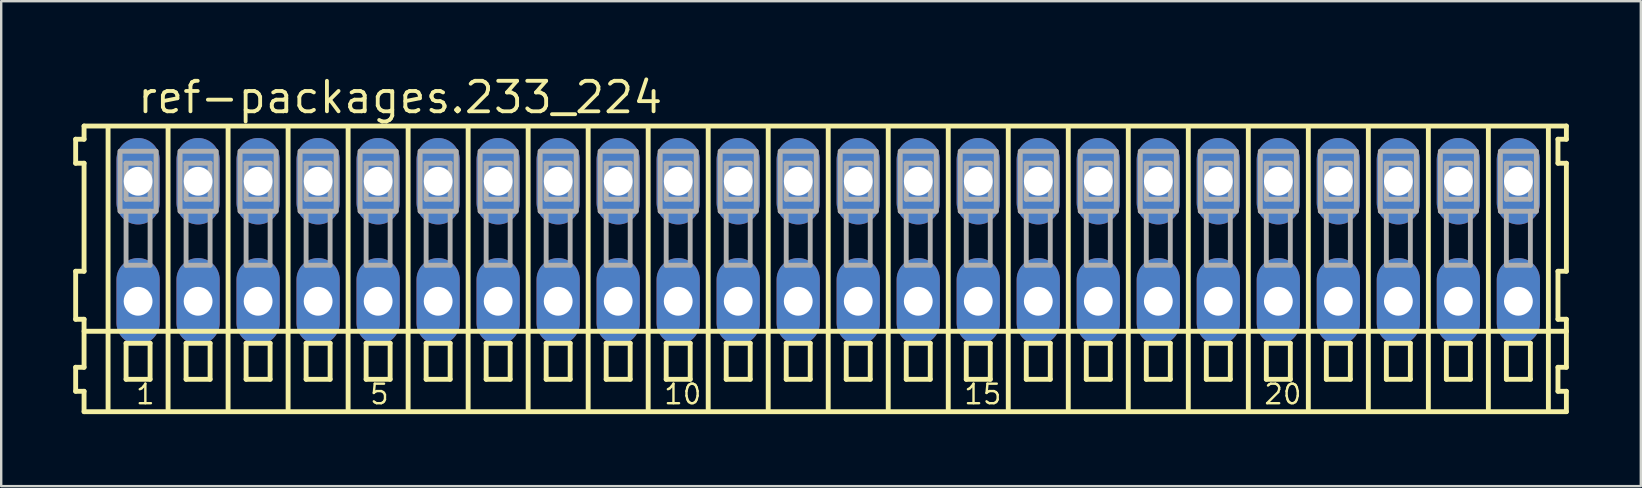
<source format=kicad_pcb>
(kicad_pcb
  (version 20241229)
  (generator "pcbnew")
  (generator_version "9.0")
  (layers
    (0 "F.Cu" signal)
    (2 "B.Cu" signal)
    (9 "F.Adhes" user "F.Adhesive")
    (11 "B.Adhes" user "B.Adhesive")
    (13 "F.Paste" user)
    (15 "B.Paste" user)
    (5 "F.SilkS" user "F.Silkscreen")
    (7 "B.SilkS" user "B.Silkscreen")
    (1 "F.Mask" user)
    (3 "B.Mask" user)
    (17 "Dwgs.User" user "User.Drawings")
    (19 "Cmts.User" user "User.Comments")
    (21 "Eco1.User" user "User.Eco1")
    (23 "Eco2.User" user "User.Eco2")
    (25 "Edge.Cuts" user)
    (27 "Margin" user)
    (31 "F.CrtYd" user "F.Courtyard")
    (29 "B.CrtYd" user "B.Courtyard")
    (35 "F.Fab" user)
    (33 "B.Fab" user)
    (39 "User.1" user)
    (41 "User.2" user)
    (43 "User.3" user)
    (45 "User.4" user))
  (footprint "ref-packages.233_224"
    (layer "F.Cu")
    (at 31.452 7)
    (property "Reference" "ref-packages.233_224" (at -28.85 -5.25 0) (layer "F.SilkS") (effects (font (size 1.27 1.27) (thickness 0.16)) (justify left bottom)))
    (attr through_hole)
    (fp_line (start -31.35 -4.25) (end -31.35 -3.25) (stroke (width 0.203) (type default)) (layer "F.SilkS"))
    (fp_line (start -31.35 -3.25) (end -31 -3.25) (stroke (width 0.203) (type default)) (layer "F.SilkS"))
    (fp_line (start -31.35 1.25) (end -31.35 3.25) (stroke (width 0.203) (type default)) (layer "F.SilkS"))
    (fp_line (start -31.35 3.25) (end -31 3.25) (stroke (width 0.203) (type default)) (layer "F.SilkS"))
    (fp_line (start -31.35 5.25) (end -31.35 6.25) (stroke (width 0.203) (type default)) (layer "F.SilkS"))
    (fp_line (start -31.35 6.25) (end -31 6.25) (stroke (width 0.203) (type default)) (layer "F.SilkS"))
    (fp_line (start -31 -4.8) (end -31 -4.25) (stroke (width 0.203) (type default)) (layer "F.SilkS"))
    (fp_line (start -31 -4.25) (end -31.35 -4.25) (stroke (width 0.203) (type default)) (layer "F.SilkS"))
    (fp_line (start -31 -3.25) (end -31 1.25) (stroke (width 0.203) (type default)) (layer "F.SilkS"))
    (fp_line (start -31 1.25) (end -31.35 1.25) (stroke (width 0.203) (type default)) (layer "F.SilkS"))
    (fp_line (start -31 3.25) (end -31 5.25) (stroke (width 0.203) (type default)) (layer "F.SilkS"))
    (fp_line (start -31 3.75) (end 30.75 3.75) (stroke (width 0.203) (type default)) (layer "F.SilkS"))
    (fp_line (start -31 5.25) (end -31.35 5.25) (stroke (width 0.203) (type default)) (layer "F.SilkS"))
    (fp_line (start -31 6.25) (end -31 7.1) (stroke (width 0.203) (type default)) (layer "F.SilkS"))
    (fp_line (start -31 7.1) (end 30.75 7.1) (stroke (width 0.203) (type default)) (layer "F.SilkS"))
    (fp_line (start -30 -4.75) (end -30 7) (stroke (width 0.203) (type default)) (layer "F.SilkS"))
    (fp_line (start -29.25 4.25) (end -29.25 5.75) (stroke (width 0.203) (type default)) (layer "F.SilkS"))
    (fp_line (start -29.25 5.75) (end -28.25 5.75) (stroke (width 0.203) (type default)) (layer "F.SilkS"))
    (fp_line (start -28.25 4.25) (end -29.25 4.25) (stroke (width 0.203) (type default)) (layer "F.SilkS"))
    (fp_line (start -28.25 5.75) (end -28.25 4.25) (stroke (width 0.203) (type default)) (layer "F.SilkS"))
    (fp_line (start -27.5 -4.75) (end -27.5 7) (stroke (width 0.203) (type default)) (layer "F.SilkS"))
    (fp_line (start -26.75 4.25) (end -26.75 5.75) (stroke (width 0.203) (type default)) (layer "F.SilkS"))
    (fp_line (start -26.75 5.75) (end -25.75 5.75) (stroke (width 0.203) (type default)) (layer "F.SilkS"))
    (fp_line (start -25.75 4.25) (end -26.75 4.25) (stroke (width 0.203) (type default)) (layer "F.SilkS"))
    (fp_line (start -25.75 5.75) (end -25.75 4.25) (stroke (width 0.203) (type default)) (layer "F.SilkS"))
    (fp_line (start -25 -4.75) (end -25 7) (stroke (width 0.203) (type default)) (layer "F.SilkS"))
    (fp_line (start -24.25 4.25) (end -24.25 5.75) (stroke (width 0.203) (type default)) (layer "F.SilkS"))
    (fp_line (start -24.25 5.75) (end -23.25 5.75) (stroke (width 0.203) (type default)) (layer "F.SilkS"))
    (fp_line (start -23.25 4.25) (end -24.25 4.25) (stroke (width 0.203) (type default)) (layer "F.SilkS"))
    (fp_line (start -23.25 5.75) (end -23.25 4.25) (stroke (width 0.203) (type default)) (layer "F.SilkS"))
    (fp_line (start -22.5 -4.75) (end -22.5 7) (stroke (width 0.203) (type default)) (layer "F.SilkS"))
    (fp_line (start -21.75 4.25) (end -21.75 5.75) (stroke (width 0.203) (type default)) (layer "F.SilkS"))
    (fp_line (start -21.75 5.75) (end -20.75 5.75) (stroke (width 0.203) (type default)) (layer "F.SilkS"))
    (fp_line (start -20.75 4.25) (end -21.75 4.25) (stroke (width 0.203) (type default)) (layer "F.SilkS"))
    (fp_line (start -20.75 5.75) (end -20.75 4.25) (stroke (width 0.203) (type default)) (layer "F.SilkS"))
    (fp_line (start -20 -4.75) (end -20 7) (stroke (width 0.203) (type default)) (layer "F.SilkS"))
    (fp_line (start -19.25 4.25) (end -19.25 5.75) (stroke (width 0.203) (type default)) (layer "F.SilkS"))
    (fp_line (start -19.25 5.75) (end -18.25 5.75) (stroke (width 0.203) (type default)) (layer "F.SilkS"))
    (fp_line (start -18.25 4.25) (end -19.25 4.25) (stroke (width 0.203) (type default)) (layer "F.SilkS"))
    (fp_line (start -18.25 5.75) (end -18.25 4.25) (stroke (width 0.203) (type default)) (layer "F.SilkS"))
    (fp_line (start -17.5 -4.75) (end -17.5 7) (stroke (width 0.203) (type default)) (layer "F.SilkS"))
    (fp_line (start -16.75 4.25) (end -16.75 5.75) (stroke (width 0.203) (type default)) (layer "F.SilkS"))
    (fp_line (start -16.75 5.75) (end -15.75 5.75) (stroke (width 0.203) (type default)) (layer "F.SilkS"))
    (fp_line (start -15.75 4.25) (end -16.75 4.25) (stroke (width 0.203) (type default)) (layer "F.SilkS"))
    (fp_line (start -15.75 5.75) (end -15.75 4.25) (stroke (width 0.203) (type default)) (layer "F.SilkS"))
    (fp_line (start -15 -4.75) (end -15 7) (stroke (width 0.203) (type default)) (layer "F.SilkS"))
    (fp_line (start -14.25 4.25) (end -14.25 5.75) (stroke (width 0.203) (type default)) (layer "F.SilkS"))
    (fp_line (start -14.25 5.75) (end -13.25 5.75) (stroke (width 0.203) (type default)) (layer "F.SilkS"))
    (fp_line (start -13.25 4.25) (end -14.25 4.25) (stroke (width 0.203) (type default)) (layer "F.SilkS"))
    (fp_line (start -13.25 5.75) (end -13.25 4.25) (stroke (width 0.203) (type default)) (layer "F.SilkS"))
    (fp_line (start -12.5 -4.75) (end -12.5 7) (stroke (width 0.203) (type default)) (layer "F.SilkS"))
    (fp_line (start -11.75 4.25) (end -11.75 5.75) (stroke (width 0.203) (type default)) (layer "F.SilkS"))
    (fp_line (start -11.75 5.75) (end -10.75 5.75) (stroke (width 0.203) (type default)) (layer "F.SilkS"))
    (fp_line (start -10.75 4.25) (end -11.75 4.25) (stroke (width 0.203) (type default)) (layer "F.SilkS"))
    (fp_line (start -10.75 5.75) (end -10.75 4.25) (stroke (width 0.203) (type default)) (layer "F.SilkS"))
    (fp_line (start -10 -4.75) (end -10 7) (stroke (width 0.203) (type default)) (layer "F.SilkS"))
    (fp_line (start -9.25 4.25) (end -9.25 5.75) (stroke (width 0.203) (type default)) (layer "F.SilkS"))
    (fp_line (start -9.25 5.75) (end -8.25 5.75) (stroke (width 0.203) (type default)) (layer "F.SilkS"))
    (fp_line (start -8.25 4.25) (end -9.25 4.25) (stroke (width 0.203) (type default)) (layer "F.SilkS"))
    (fp_line (start -8.25 5.75) (end -8.25 4.25) (stroke (width 0.203) (type default)) (layer "F.SilkS"))
    (fp_line (start -7.5 -4.75) (end -7.5 7) (stroke (width 0.203) (type default)) (layer "F.SilkS"))
    (fp_line (start -6.75 4.25) (end -6.75 5.75) (stroke (width 0.203) (type default)) (layer "F.SilkS"))
    (fp_line (start -6.75 5.75) (end -5.75 5.75) (stroke (width 0.203) (type default)) (layer "F.SilkS"))
    (fp_line (start -5.75 4.25) (end -6.75 4.25) (stroke (width 0.203) (type default)) (layer "F.SilkS"))
    (fp_line (start -5.75 5.75) (end -5.75 4.25) (stroke (width 0.203) (type default)) (layer "F.SilkS"))
    (fp_line (start -5 -4.75) (end -5 7) (stroke (width 0.203) (type default)) (layer "F.SilkS"))
    (fp_line (start -4.25 4.25) (end -4.25 5.75) (stroke (width 0.203) (type default)) (layer "F.SilkS"))
    (fp_line (start -4.25 5.75) (end -3.25 5.75) (stroke (width 0.203) (type default)) (layer "F.SilkS"))
    (fp_line (start -3.25 4.25) (end -4.25 4.25) (stroke (width 0.203) (type default)) (layer "F.SilkS"))
    (fp_line (start -3.25 5.75) (end -3.25 4.25) (stroke (width 0.203) (type default)) (layer "F.SilkS"))
    (fp_line (start -2.5 -4.75) (end -2.5 7) (stroke (width 0.203) (type default)) (layer "F.SilkS"))
    (fp_line (start -1.75 4.25) (end -1.75 5.75) (stroke (width 0.203) (type default)) (layer "F.SilkS"))
    (fp_line (start -1.75 5.75) (end -0.75 5.75) (stroke (width 0.203) (type default)) (layer "F.SilkS"))
    (fp_line (start -0.75 4.25) (end -1.75 4.25) (stroke (width 0.203) (type default)) (layer "F.SilkS"))
    (fp_line (start -0.75 5.75) (end -0.75 4.25) (stroke (width 0.203) (type default)) (layer "F.SilkS"))
    (fp_line (start 0 -4.75) (end 0 7) (stroke (width 0.203) (type default)) (layer "F.SilkS"))
    (fp_line (start 0.75 4.25) (end 0.75 5.75) (stroke (width 0.203) (type default)) (layer "F.SilkS"))
    (fp_line (start 0.75 5.75) (end 1.75 5.75) (stroke (width 0.203) (type default)) (layer "F.SilkS"))
    (fp_line (start 1.75 4.25) (end 0.75 4.25) (stroke (width 0.203) (type default)) (layer "F.SilkS"))
    (fp_line (start 1.75 5.75) (end 1.75 4.25) (stroke (width 0.203) (type default)) (layer "F.SilkS"))
    (fp_line (start 2.5 -4.75) (end 2.5 7) (stroke (width 0.203) (type default)) (layer "F.SilkS"))
    (fp_line (start 3.25 4.25) (end 3.25 5.75) (stroke (width 0.203) (type default)) (layer "F.SilkS"))
    (fp_line (start 3.25 5.75) (end 4.25 5.75) (stroke (width 0.203) (type default)) (layer "F.SilkS"))
    (fp_line (start 4.25 4.25) (end 3.25 4.25) (stroke (width 0.203) (type default)) (layer "F.SilkS"))
    (fp_line (start 4.25 5.75) (end 4.25 4.25) (stroke (width 0.203) (type default)) (layer "F.SilkS"))
    (fp_line (start 5 -4.75) (end 5 7) (stroke (width 0.203) (type default)) (layer "F.SilkS"))
    (fp_line (start 5.75 4.25) (end 5.75 5.75) (stroke (width 0.203) (type default)) (layer "F.SilkS"))
    (fp_line (start 5.75 5.75) (end 6.75 5.75) (stroke (width 0.203) (type default)) (layer "F.SilkS"))
    (fp_line (start 6.75 4.25) (end 5.75 4.25) (stroke (width 0.203) (type default)) (layer "F.SilkS"))
    (fp_line (start 6.75 5.75) (end 6.75 4.25) (stroke (width 0.203) (type default)) (layer "F.SilkS"))
    (fp_line (start 7.5 -4.75) (end 7.5 7) (stroke (width 0.203) (type default)) (layer "F.SilkS"))
    (fp_line (start 8.25 4.25) (end 8.25 5.75) (stroke (width 0.203) (type default)) (layer "F.SilkS"))
    (fp_line (start 8.25 5.75) (end 9.25 5.75) (stroke (width 0.203) (type default)) (layer "F.SilkS"))
    (fp_line (start 9.25 4.25) (end 8.25 4.25) (stroke (width 0.203) (type default)) (layer "F.SilkS"))
    (fp_line (start 9.25 5.75) (end 9.25 4.25) (stroke (width 0.203) (type default)) (layer "F.SilkS"))
    (fp_line (start 10 -4.75) (end 10 7) (stroke (width 0.203) (type default)) (layer "F.SilkS"))
    (fp_line (start 10.75 4.25) (end 10.75 5.75) (stroke (width 0.203) (type default)) (layer "F.SilkS"))
    (fp_line (start 10.75 5.75) (end 11.75 5.75) (stroke (width 0.203) (type default)) (layer "F.SilkS"))
    (fp_line (start 11.75 4.25) (end 10.75 4.25) (stroke (width 0.203) (type default)) (layer "F.SilkS"))
    (fp_line (start 11.75 5.75) (end 11.75 4.25) (stroke (width 0.203) (type default)) (layer "F.SilkS"))
    (fp_line (start 12.5 -4.75) (end 12.5 7) (stroke (width 0.203) (type default)) (layer "F.SilkS"))
    (fp_line (start 13.25 4.25) (end 13.25 5.75) (stroke (width 0.203) (type default)) (layer "F.SilkS"))
    (fp_line (start 13.25 5.75) (end 14.25 5.75) (stroke (width 0.203) (type default)) (layer "F.SilkS"))
    (fp_line (start 14.25 4.25) (end 13.25 4.25) (stroke (width 0.203) (type default)) (layer "F.SilkS"))
    (fp_line (start 14.25 5.75) (end 14.25 4.25) (stroke (width 0.203) (type default)) (layer "F.SilkS"))
    (fp_line (start 15 -4.75) (end 15 7) (stroke (width 0.203) (type default)) (layer "F.SilkS"))
    (fp_line (start 15.75 4.25) (end 15.75 5.75) (stroke (width 0.203) (type default)) (layer "F.SilkS"))
    (fp_line (start 15.75 5.75) (end 16.75 5.75) (stroke (width 0.203) (type default)) (layer "F.SilkS"))
    (fp_line (start 16.75 4.25) (end 15.75 4.25) (stroke (width 0.203) (type default)) (layer "F.SilkS"))
    (fp_line (start 16.75 5.75) (end 16.75 4.25) (stroke (width 0.203) (type default)) (layer "F.SilkS"))
    (fp_line (start 17.5 -4.75) (end 17.5 7) (stroke (width 0.203) (type default)) (layer "F.SilkS"))
    (fp_line (start 18.25 4.25) (end 18.25 5.75) (stroke (width 0.203) (type default)) (layer "F.SilkS"))
    (fp_line (start 18.25 5.75) (end 19.25 5.75) (stroke (width 0.203) (type default)) (layer "F.SilkS"))
    (fp_line (start 19.25 4.25) (end 18.25 4.25) (stroke (width 0.203) (type default)) (layer "F.SilkS"))
    (fp_line (start 19.25 5.75) (end 19.25 4.25) (stroke (width 0.203) (type default)) (layer "F.SilkS"))
    (fp_line (start 20 -4.75) (end 20 7) (stroke (width 0.203) (type default)) (layer "F.SilkS"))
    (fp_line (start 20.75 4.25) (end 20.75 5.75) (stroke (width 0.203) (type default)) (layer "F.SilkS"))
    (fp_line (start 20.75 5.75) (end 21.75 5.75) (stroke (width 0.203) (type default)) (layer "F.SilkS"))
    (fp_line (start 21.75 4.25) (end 20.75 4.25) (stroke (width 0.203) (type default)) (layer "F.SilkS"))
    (fp_line (start 21.75 5.75) (end 21.75 4.25) (stroke (width 0.203) (type default)) (layer "F.SilkS"))
    (fp_line (start 22.5 -4.75) (end 22.5 7) (stroke (width 0.203) (type default)) (layer "F.SilkS"))
    (fp_line (start 23.25 4.25) (end 23.25 5.75) (stroke (width 0.203) (type default)) (layer "F.SilkS"))
    (fp_line (start 23.25 5.75) (end 24.25 5.75) (stroke (width 0.203) (type default)) (layer "F.SilkS"))
    (fp_line (start 24.25 4.25) (end 23.25 4.25) (stroke (width 0.203) (type default)) (layer "F.SilkS"))
    (fp_line (start 24.25 5.75) (end 24.25 4.25) (stroke (width 0.203) (type default)) (layer "F.SilkS"))
    (fp_line (start 25 -4.75) (end 25 7) (stroke (width 0.203) (type default)) (layer "F.SilkS"))
    (fp_line (start 25.75 4.25) (end 25.75 5.75) (stroke (width 0.203) (type default)) (layer "F.SilkS"))
    (fp_line (start 25.75 5.75) (end 26.75 5.75) (stroke (width 0.203) (type default)) (layer "F.SilkS"))
    (fp_line (start 26.75 4.25) (end 25.75 4.25) (stroke (width 0.203) (type default)) (layer "F.SilkS"))
    (fp_line (start 26.75 5.75) (end 26.75 4.25) (stroke (width 0.203) (type default)) (layer "F.SilkS"))
    (fp_line (start 27.5 -4.75) (end 27.5 7) (stroke (width 0.203) (type default)) (layer "F.SilkS"))
    (fp_line (start 28.25 4.25) (end 28.25 5.75) (stroke (width 0.203) (type default)) (layer "F.SilkS"))
    (fp_line (start 28.25 5.75) (end 29.25 5.75) (stroke (width 0.203) (type default)) (layer "F.SilkS"))
    (fp_line (start 29.25 4.25) (end 28.25 4.25) (stroke (width 0.203) (type default)) (layer "F.SilkS"))
    (fp_line (start 29.25 5.75) (end 29.25 4.25) (stroke (width 0.203) (type default)) (layer "F.SilkS"))
    (fp_line (start 30 -4.75) (end 30 7) (stroke (width 0.203) (type default)) (layer "F.SilkS"))
    (fp_line (start 30.4 -4.25) (end 30.4 -3.25) (stroke (width 0.203) (type default)) (layer "F.SilkS"))
    (fp_line (start 30.4 -3.25) (end 30.75 -3.25) (stroke (width 0.203) (type default)) (layer "F.SilkS"))
    (fp_line (start 30.4 1.25) (end 30.4 3.25) (stroke (width 0.203) (type default)) (layer "F.SilkS"))
    (fp_line (start 30.4 3.25) (end 30.75 3.25) (stroke (width 0.203) (type default)) (layer "F.SilkS"))
    (fp_line (start 30.4 5.25) (end 30.4 6.25) (stroke (width 0.203) (type default)) (layer "F.SilkS"))
    (fp_line (start 30.4 6.25) (end 30.75 6.25) (stroke (width 0.203) (type default)) (layer "F.SilkS"))
    (fp_line (start 30.75 -4.8) (end -31 -4.8) (stroke (width 0.203) (type default)) (layer "F.SilkS"))
    (fp_line (start 30.75 -4.25) (end 30.4 -4.25) (stroke (width 0.203) (type default)) (layer "F.SilkS"))
    (fp_line (start 30.75 -4.25) (end 30.75 -4.8) (stroke (width 0.203) (type default)) (layer "F.SilkS"))
    (fp_line (start 30.75 1.25) (end 30.4 1.25) (stroke (width 0.203) (type default)) (layer "F.SilkS"))
    (fp_line (start 30.75 1.25) (end 30.75 -3.25) (stroke (width 0.203) (type default)) (layer "F.SilkS"))
    (fp_line (start 30.75 3.75) (end 30.75 3.25) (stroke (width 0.203) (type default)) (layer "F.SilkS"))
    (fp_line (start 30.75 5.25) (end 30.4 5.25) (stroke (width 0.203) (type default)) (layer "F.SilkS"))
    (fp_line (start 30.75 5.25) (end 30.75 3.75) (stroke (width 0.203) (type default)) (layer "F.SilkS"))
    (fp_line (start 30.75 7.1) (end 30.75 6.25) (stroke (width 0.203) (type default)) (layer "F.SilkS"))
    (fp_line (start -29.5 -3.75) (end -29.5 -1.25) (stroke (width 0.203) (type default)) (layer "F.Fab"))
    (fp_line (start -29.5 -1.25) (end -29.25 -1.25) (stroke (width 0.203) (type default)) (layer "F.Fab"))
    (fp_line (start -29.25 -3.25) (end -29.25 -1.75) (stroke (width 0.203) (type default)) (layer "F.Fab"))
    (fp_line (start -29.25 -1.75) (end -28.25 -1.75) (stroke (width 0.203) (type default)) (layer "F.Fab"))
    (fp_line (start -29.25 -1.25) (end -29.25 1) (stroke (width 0.203) (type default)) (layer "F.Fab"))
    (fp_line (start -29.25 -1.25) (end -28.25 -1.25) (stroke (width 0.203) (type default)) (layer "F.Fab"))
    (fp_line (start -29.25 1) (end -28.25 1) (stroke (width 0.203) (type default)) (layer "F.Fab"))
    (fp_line (start -28.25 -3.25) (end -29.25 -3.25) (stroke (width 0.203) (type default)) (layer "F.Fab"))
    (fp_line (start -28.25 -1.75) (end -28.25 -3.25) (stroke (width 0.203) (type default)) (layer "F.Fab"))
    (fp_line (start -28.25 -1.25) (end -28 -1.25) (stroke (width 0.203) (type default)) (layer "F.Fab"))
    (fp_line (start -28.25 1) (end -28.25 -1.25) (stroke (width 0.203) (type default)) (layer "F.Fab"))
    (fp_line (start -28 -3.75) (end -29.5 -3.75) (stroke (width 0.203) (type default)) (layer "F.Fab"))
    (fp_line (start -28 -1.25) (end -28 -3.75) (stroke (width 0.203) (type default)) (layer "F.Fab"))
    (fp_line (start -27 -3.75) (end -27 -1.25) (stroke (width 0.203) (type default)) (layer "F.Fab"))
    (fp_line (start -27 -1.25) (end -26.75 -1.25) (stroke (width 0.203) (type default)) (layer "F.Fab"))
    (fp_line (start -26.75 -3.25) (end -26.75 -1.75) (stroke (width 0.203) (type default)) (layer "F.Fab"))
    (fp_line (start -26.75 -1.75) (end -25.75 -1.75) (stroke (width 0.203) (type default)) (layer "F.Fab"))
    (fp_line (start -26.75 -1.25) (end -26.75 1) (stroke (width 0.203) (type default)) (layer "F.Fab"))
    (fp_line (start -26.75 -1.25) (end -25.75 -1.25) (stroke (width 0.203) (type default)) (layer "F.Fab"))
    (fp_line (start -26.75 1) (end -25.75 1) (stroke (width 0.203) (type default)) (layer "F.Fab"))
    (fp_line (start -25.75 -3.25) (end -26.75 -3.25) (stroke (width 0.203) (type default)) (layer "F.Fab"))
    (fp_line (start -25.75 -1.75) (end -25.75 -3.25) (stroke (width 0.203) (type default)) (layer "F.Fab"))
    (fp_line (start -25.75 -1.25) (end -25.5 -1.25) (stroke (width 0.203) (type default)) (layer "F.Fab"))
    (fp_line (start -25.75 1) (end -25.75 -1.25) (stroke (width 0.203) (type default)) (layer "F.Fab"))
    (fp_line (start -25.5 -3.75) (end -27 -3.75) (stroke (width 0.203) (type default)) (layer "F.Fab"))
    (fp_line (start -25.5 -1.25) (end -25.5 -3.75) (stroke (width 0.203) (type default)) (layer "F.Fab"))
    (fp_line (start -24.5 -3.75) (end -24.5 -1.25) (stroke (width 0.203) (type default)) (layer "F.Fab"))
    (fp_line (start -24.5 -1.25) (end -24.25 -1.25) (stroke (width 0.203) (type default)) (layer "F.Fab"))
    (fp_line (start -24.25 -3.25) (end -24.25 -1.75) (stroke (width 0.203) (type default)) (layer "F.Fab"))
    (fp_line (start -24.25 -1.75) (end -23.25 -1.75) (stroke (width 0.203) (type default)) (layer "F.Fab"))
    (fp_line (start -24.25 -1.25) (end -24.25 1) (stroke (width 0.203) (type default)) (layer "F.Fab"))
    (fp_line (start -24.25 -1.25) (end -23.25 -1.25) (stroke (width 0.203) (type default)) (layer "F.Fab"))
    (fp_line (start -24.25 1) (end -23.25 1) (stroke (width 0.203) (type default)) (layer "F.Fab"))
    (fp_line (start -23.25 -3.25) (end -24.25 -3.25) (stroke (width 0.203) (type default)) (layer "F.Fab"))
    (fp_line (start -23.25 -1.75) (end -23.25 -3.25) (stroke (width 0.203) (type default)) (layer "F.Fab"))
    (fp_line (start -23.25 -1.25) (end -23 -1.25) (stroke (width 0.203) (type default)) (layer "F.Fab"))
    (fp_line (start -23.25 1) (end -23.25 -1.25) (stroke (width 0.203) (type default)) (layer "F.Fab"))
    (fp_line (start -23 -3.75) (end -24.5 -3.75) (stroke (width 0.203) (type default)) (layer "F.Fab"))
    (fp_line (start -23 -1.25) (end -23 -3.75) (stroke (width 0.203) (type default)) (layer "F.Fab"))
    (fp_line (start -22 -3.75) (end -22 -1.25) (stroke (width 0.203) (type default)) (layer "F.Fab"))
    (fp_line (start -22 -1.25) (end -21.75 -1.25) (stroke (width 0.203) (type default)) (layer "F.Fab"))
    (fp_line (start -21.75 -3.25) (end -21.75 -1.75) (stroke (width 0.203) (type default)) (layer "F.Fab"))
    (fp_line (start -21.75 -1.75) (end -20.75 -1.75) (stroke (width 0.203) (type default)) (layer "F.Fab"))
    (fp_line (start -21.75 -1.25) (end -21.75 1) (stroke (width 0.203) (type default)) (layer "F.Fab"))
    (fp_line (start -21.75 -1.25) (end -20.75 -1.25) (stroke (width 0.203) (type default)) (layer "F.Fab"))
    (fp_line (start -21.75 1) (end -20.75 1) (stroke (width 0.203) (type default)) (layer "F.Fab"))
    (fp_line (start -20.75 -3.25) (end -21.75 -3.25) (stroke (width 0.203) (type default)) (layer "F.Fab"))
    (fp_line (start -20.75 -1.75) (end -20.75 -3.25) (stroke (width 0.203) (type default)) (layer "F.Fab"))
    (fp_line (start -20.75 -1.25) (end -20.5 -1.25) (stroke (width 0.203) (type default)) (layer "F.Fab"))
    (fp_line (start -20.75 1) (end -20.75 -1.25) (stroke (width 0.203) (type default)) (layer "F.Fab"))
    (fp_line (start -20.5 -3.75) (end -22 -3.75) (stroke (width 0.203) (type default)) (layer "F.Fab"))
    (fp_line (start -20.5 -1.25) (end -20.5 -3.75) (stroke (width 0.203) (type default)) (layer "F.Fab"))
    (fp_line (start -19.5 -3.75) (end -19.5 -1.25) (stroke (width 0.203) (type default)) (layer "F.Fab"))
    (fp_line (start -19.5 -1.25) (end -19.25 -1.25) (stroke (width 0.203) (type default)) (layer "F.Fab"))
    (fp_line (start -19.25 -3.25) (end -19.25 -1.75) (stroke (width 0.203) (type default)) (layer "F.Fab"))
    (fp_line (start -19.25 -1.75) (end -18.25 -1.75) (stroke (width 0.203) (type default)) (layer "F.Fab"))
    (fp_line (start -19.25 -1.25) (end -19.25 1) (stroke (width 0.203) (type default)) (layer "F.Fab"))
    (fp_line (start -19.25 -1.25) (end -18.25 -1.25) (stroke (width 0.203) (type default)) (layer "F.Fab"))
    (fp_line (start -19.25 1) (end -18.25 1) (stroke (width 0.203) (type default)) (layer "F.Fab"))
    (fp_line (start -18.25 -3.25) (end -19.25 -3.25) (stroke (width 0.203) (type default)) (layer "F.Fab"))
    (fp_line (start -18.25 -1.75) (end -18.25 -3.25) (stroke (width 0.203) (type default)) (layer "F.Fab"))
    (fp_line (start -18.25 -1.25) (end -18 -1.25) (stroke (width 0.203) (type default)) (layer "F.Fab"))
    (fp_line (start -18.25 1) (end -18.25 -1.25) (stroke (width 0.203) (type default)) (layer "F.Fab"))
    (fp_line (start -18 -3.75) (end -19.5 -3.75) (stroke (width 0.203) (type default)) (layer "F.Fab"))
    (fp_line (start -18 -1.25) (end -18 -3.75) (stroke (width 0.203) (type default)) (layer "F.Fab"))
    (fp_line (start -17 -3.75) (end -17 -1.25) (stroke (width 0.203) (type default)) (layer "F.Fab"))
    (fp_line (start -17 -1.25) (end -16.75 -1.25) (stroke (width 0.203) (type default)) (layer "F.Fab"))
    (fp_line (start -16.75 -3.25) (end -16.75 -1.75) (stroke (width 0.203) (type default)) (layer "F.Fab"))
    (fp_line (start -16.75 -1.75) (end -15.75 -1.75) (stroke (width 0.203) (type default)) (layer "F.Fab"))
    (fp_line (start -16.75 -1.25) (end -16.75 1) (stroke (width 0.203) (type default)) (layer "F.Fab"))
    (fp_line (start -16.75 -1.25) (end -15.75 -1.25) (stroke (width 0.203) (type default)) (layer "F.Fab"))
    (fp_line (start -16.75 1) (end -15.75 1) (stroke (width 0.203) (type default)) (layer "F.Fab"))
    (fp_line (start -15.75 -3.25) (end -16.75 -3.25) (stroke (width 0.203) (type default)) (layer "F.Fab"))
    (fp_line (start -15.75 -1.75) (end -15.75 -3.25) (stroke (width 0.203) (type default)) (layer "F.Fab"))
    (fp_line (start -15.75 -1.25) (end -15.5 -1.25) (stroke (width 0.203) (type default)) (layer "F.Fab"))
    (fp_line (start -15.75 1) (end -15.75 -1.25) (stroke (width 0.203) (type default)) (layer "F.Fab"))
    (fp_line (start -15.5 -3.75) (end -17 -3.75) (stroke (width 0.203) (type default)) (layer "F.Fab"))
    (fp_line (start -15.5 -1.25) (end -15.5 -3.75) (stroke (width 0.203) (type default)) (layer "F.Fab"))
    (fp_line (start -14.5 -3.75) (end -14.5 -1.25) (stroke (width 0.203) (type default)) (layer "F.Fab"))
    (fp_line (start -14.5 -1.25) (end -14.25 -1.25) (stroke (width 0.203) (type default)) (layer "F.Fab"))
    (fp_line (start -14.25 -3.25) (end -14.25 -1.75) (stroke (width 0.203) (type default)) (layer "F.Fab"))
    (fp_line (start -14.25 -1.75) (end -13.25 -1.75) (stroke (width 0.203) (type default)) (layer "F.Fab"))
    (fp_line (start -14.25 -1.25) (end -14.25 1) (stroke (width 0.203) (type default)) (layer "F.Fab"))
    (fp_line (start -14.25 -1.25) (end -13.25 -1.25) (stroke (width 0.203) (type default)) (layer "F.Fab"))
    (fp_line (start -14.25 1) (end -13.25 1) (stroke (width 0.203) (type default)) (layer "F.Fab"))
    (fp_line (start -13.25 -3.25) (end -14.25 -3.25) (stroke (width 0.203) (type default)) (layer "F.Fab"))
    (fp_line (start -13.25 -1.75) (end -13.25 -3.25) (stroke (width 0.203) (type default)) (layer "F.Fab"))
    (fp_line (start -13.25 -1.25) (end -13 -1.25) (stroke (width 0.203) (type default)) (layer "F.Fab"))
    (fp_line (start -13.25 1) (end -13.25 -1.25) (stroke (width 0.203) (type default)) (layer "F.Fab"))
    (fp_line (start -13 -3.75) (end -14.5 -3.75) (stroke (width 0.203) (type default)) (layer "F.Fab"))
    (fp_line (start -13 -1.25) (end -13 -3.75) (stroke (width 0.203) (type default)) (layer "F.Fab"))
    (fp_line (start -12 -3.75) (end -12 -1.25) (stroke (width 0.203) (type default)) (layer "F.Fab"))
    (fp_line (start -12 -1.25) (end -11.75 -1.25) (stroke (width 0.203) (type default)) (layer "F.Fab"))
    (fp_line (start -11.75 -3.25) (end -11.75 -1.75) (stroke (width 0.203) (type default)) (layer "F.Fab"))
    (fp_line (start -11.75 -1.75) (end -10.75 -1.75) (stroke (width 0.203) (type default)) (layer "F.Fab"))
    (fp_line (start -11.75 -1.25) (end -11.75 1) (stroke (width 0.203) (type default)) (layer "F.Fab"))
    (fp_line (start -11.75 -1.25) (end -10.75 -1.25) (stroke (width 0.203) (type default)) (layer "F.Fab"))
    (fp_line (start -11.75 1) (end -10.75 1) (stroke (width 0.203) (type default)) (layer "F.Fab"))
    (fp_line (start -10.75 -3.25) (end -11.75 -3.25) (stroke (width 0.203) (type default)) (layer "F.Fab"))
    (fp_line (start -10.75 -1.75) (end -10.75 -3.25) (stroke (width 0.203) (type default)) (layer "F.Fab"))
    (fp_line (start -10.75 -1.25) (end -10.5 -1.25) (stroke (width 0.203) (type default)) (layer "F.Fab"))
    (fp_line (start -10.75 1) (end -10.75 -1.25) (stroke (width 0.203) (type default)) (layer "F.Fab"))
    (fp_line (start -10.5 -3.75) (end -12 -3.75) (stroke (width 0.203) (type default)) (layer "F.Fab"))
    (fp_line (start -10.5 -1.25) (end -10.5 -3.75) (stroke (width 0.203) (type default)) (layer "F.Fab"))
    (fp_line (start -9.5 -3.75) (end -9.5 -1.25) (stroke (width 0.203) (type default)) (layer "F.Fab"))
    (fp_line (start -9.5 -1.25) (end -9.25 -1.25) (stroke (width 0.203) (type default)) (layer "F.Fab"))
    (fp_line (start -9.25 -3.25) (end -9.25 -1.75) (stroke (width 0.203) (type default)) (layer "F.Fab"))
    (fp_line (start -9.25 -1.75) (end -8.25 -1.75) (stroke (width 0.203) (type default)) (layer "F.Fab"))
    (fp_line (start -9.25 -1.25) (end -9.25 1) (stroke (width 0.203) (type default)) (layer "F.Fab"))
    (fp_line (start -9.25 -1.25) (end -8.25 -1.25) (stroke (width 0.203) (type default)) (layer "F.Fab"))
    (fp_line (start -9.25 1) (end -8.25 1) (stroke (width 0.203) (type default)) (layer "F.Fab"))
    (fp_line (start -8.25 -3.25) (end -9.25 -3.25) (stroke (width 0.203) (type default)) (layer "F.Fab"))
    (fp_line (start -8.25 -1.75) (end -8.25 -3.25) (stroke (width 0.203) (type default)) (layer "F.Fab"))
    (fp_line (start -8.25 -1.25) (end -8 -1.25) (stroke (width 0.203) (type default)) (layer "F.Fab"))
    (fp_line (start -8.25 1) (end -8.25 -1.25) (stroke (width 0.203) (type default)) (layer "F.Fab"))
    (fp_line (start -8 -3.75) (end -9.5 -3.75) (stroke (width 0.203) (type default)) (layer "F.Fab"))
    (fp_line (start -8 -1.25) (end -8 -3.75) (stroke (width 0.203) (type default)) (layer "F.Fab"))
    (fp_line (start -7 -3.75) (end -7 -1.25) (stroke (width 0.203) (type default)) (layer "F.Fab"))
    (fp_line (start -7 -1.25) (end -6.75 -1.25) (stroke (width 0.203) (type default)) (layer "F.Fab"))
    (fp_line (start -6.75 -3.25) (end -6.75 -1.75) (stroke (width 0.203) (type default)) (layer "F.Fab"))
    (fp_line (start -6.75 -1.75) (end -5.75 -1.75) (stroke (width 0.203) (type default)) (layer "F.Fab"))
    (fp_line (start -6.75 -1.25) (end -6.75 1) (stroke (width 0.203) (type default)) (layer "F.Fab"))
    (fp_line (start -6.75 -1.25) (end -5.75 -1.25) (stroke (width 0.203) (type default)) (layer "F.Fab"))
    (fp_line (start -6.75 1) (end -5.75 1) (stroke (width 0.203) (type default)) (layer "F.Fab"))
    (fp_line (start -5.75 -3.25) (end -6.75 -3.25) (stroke (width 0.203) (type default)) (layer "F.Fab"))
    (fp_line (start -5.75 -1.75) (end -5.75 -3.25) (stroke (width 0.203) (type default)) (layer "F.Fab"))
    (fp_line (start -5.75 -1.25) (end -5.5 -1.25) (stroke (width 0.203) (type default)) (layer "F.Fab"))
    (fp_line (start -5.75 1) (end -5.75 -1.25) (stroke (width 0.203) (type default)) (layer "F.Fab"))
    (fp_line (start -5.5 -3.75) (end -7 -3.75) (stroke (width 0.203) (type default)) (layer "F.Fab"))
    (fp_line (start -5.5 -1.25) (end -5.5 -3.75) (stroke (width 0.203) (type default)) (layer "F.Fab"))
    (fp_line (start -4.5 -3.75) (end -4.5 -1.25) (stroke (width 0.203) (type default)) (layer "F.Fab"))
    (fp_line (start -4.5 -1.25) (end -4.25 -1.25) (stroke (width 0.203) (type default)) (layer "F.Fab"))
    (fp_line (start -4.25 -3.25) (end -4.25 -1.75) (stroke (width 0.203) (type default)) (layer "F.Fab"))
    (fp_line (start -4.25 -1.75) (end -3.25 -1.75) (stroke (width 0.203) (type default)) (layer "F.Fab"))
    (fp_line (start -4.25 -1.25) (end -4.25 1) (stroke (width 0.203) (type default)) (layer "F.Fab"))
    (fp_line (start -4.25 -1.25) (end -3.25 -1.25) (stroke (width 0.203) (type default)) (layer "F.Fab"))
    (fp_line (start -4.25 1) (end -3.25 1) (stroke (width 0.203) (type default)) (layer "F.Fab"))
    (fp_line (start -3.25 -3.25) (end -4.25 -3.25) (stroke (width 0.203) (type default)) (layer "F.Fab"))
    (fp_line (start -3.25 -1.75) (end -3.25 -3.25) (stroke (width 0.203) (type default)) (layer "F.Fab"))
    (fp_line (start -3.25 -1.25) (end -3 -1.25) (stroke (width 0.203) (type default)) (layer "F.Fab"))
    (fp_line (start -3.25 1) (end -3.25 -1.25) (stroke (width 0.203) (type default)) (layer "F.Fab"))
    (fp_line (start -3 -3.75) (end -4.5 -3.75) (stroke (width 0.203) (type default)) (layer "F.Fab"))
    (fp_line (start -3 -1.25) (end -3 -3.75) (stroke (width 0.203) (type default)) (layer "F.Fab"))
    (fp_line (start -2 -3.75) (end -2 -1.25) (stroke (width 0.203) (type default)) (layer "F.Fab"))
    (fp_line (start -2 -1.25) (end -1.75 -1.25) (stroke (width 0.203) (type default)) (layer "F.Fab"))
    (fp_line (start -1.75 -3.25) (end -1.75 -1.75) (stroke (width 0.203) (type default)) (layer "F.Fab"))
    (fp_line (start -1.75 -1.75) (end -0.75 -1.75) (stroke (width 0.203) (type default)) (layer "F.Fab"))
    (fp_line (start -1.75 -1.25) (end -1.75 1) (stroke (width 0.203) (type default)) (layer "F.Fab"))
    (fp_line (start -1.75 -1.25) (end -0.75 -1.25) (stroke (width 0.203) (type default)) (layer "F.Fab"))
    (fp_line (start -1.75 1) (end -0.75 1) (stroke (width 0.203) (type default)) (layer "F.Fab"))
    (fp_line (start -0.75 -3.25) (end -1.75 -3.25) (stroke (width 0.203) (type default)) (layer "F.Fab"))
    (fp_line (start -0.75 -1.75) (end -0.75 -3.25) (stroke (width 0.203) (type default)) (layer "F.Fab"))
    (fp_line (start -0.75 -1.25) (end -0.5 -1.25) (stroke (width 0.203) (type default)) (layer "F.Fab"))
    (fp_line (start -0.75 1) (end -0.75 -1.25) (stroke (width 0.203) (type default)) (layer "F.Fab"))
    (fp_line (start -0.5 -3.75) (end -2 -3.75) (stroke (width 0.203) (type default)) (layer "F.Fab"))
    (fp_line (start -0.5 -1.25) (end -0.5 -3.75) (stroke (width 0.203) (type default)) (layer "F.Fab"))
    (fp_line (start 0.5 -3.75) (end 0.5 -1.25) (stroke (width 0.203) (type default)) (layer "F.Fab"))
    (fp_line (start 0.5 -1.25) (end 0.75 -1.25) (stroke (width 0.203) (type default)) (layer "F.Fab"))
    (fp_line (start 0.75 -3.25) (end 0.75 -1.75) (stroke (width 0.203) (type default)) (layer "F.Fab"))
    (fp_line (start 0.75 -1.75) (end 1.75 -1.75) (stroke (width 0.203) (type default)) (layer "F.Fab"))
    (fp_line (start 0.75 -1.25) (end 0.75 1) (stroke (width 0.203) (type default)) (layer "F.Fab"))
    (fp_line (start 0.75 -1.25) (end 1.75 -1.25) (stroke (width 0.203) (type default)) (layer "F.Fab"))
    (fp_line (start 0.75 1) (end 1.75 1) (stroke (width 0.203) (type default)) (layer "F.Fab"))
    (fp_line (start 1.75 -3.25) (end 0.75 -3.25) (stroke (width 0.203) (type default)) (layer "F.Fab"))
    (fp_line (start 1.75 -1.75) (end 1.75 -3.25) (stroke (width 0.203) (type default)) (layer "F.Fab"))
    (fp_line (start 1.75 -1.25) (end 2 -1.25) (stroke (width 0.203) (type default)) (layer "F.Fab"))
    (fp_line (start 1.75 1) (end 1.75 -1.25) (stroke (width 0.203) (type default)) (layer "F.Fab"))
    (fp_line (start 2 -3.75) (end 0.5 -3.75) (stroke (width 0.203) (type default)) (layer "F.Fab"))
    (fp_line (start 2 -1.25) (end 2 -3.75) (stroke (width 0.203) (type default)) (layer "F.Fab"))
    (fp_line (start 3 -3.75) (end 3 -1.25) (stroke (width 0.203) (type default)) (layer "F.Fab"))
    (fp_line (start 3 -1.25) (end 3.25 -1.25) (stroke (width 0.203) (type default)) (layer "F.Fab"))
    (fp_line (start 3.25 -3.25) (end 3.25 -1.75) (stroke (width 0.203) (type default)) (layer "F.Fab"))
    (fp_line (start 3.25 -1.75) (end 4.25 -1.75) (stroke (width 0.203) (type default)) (layer "F.Fab"))
    (fp_line (start 3.25 -1.25) (end 3.25 1) (stroke (width 0.203) (type default)) (layer "F.Fab"))
    (fp_line (start 3.25 -1.25) (end 4.25 -1.25) (stroke (width 0.203) (type default)) (layer "F.Fab"))
    (fp_line (start 3.25 1) (end 4.25 1) (stroke (width 0.203) (type default)) (layer "F.Fab"))
    (fp_line (start 4.25 -3.25) (end 3.25 -3.25) (stroke (width 0.203) (type default)) (layer "F.Fab"))
    (fp_line (start 4.25 -1.75) (end 4.25 -3.25) (stroke (width 0.203) (type default)) (layer "F.Fab"))
    (fp_line (start 4.25 -1.25) (end 4.5 -1.25) (stroke (width 0.203) (type default)) (layer "F.Fab"))
    (fp_line (start 4.25 1) (end 4.25 -1.25) (stroke (width 0.203) (type default)) (layer "F.Fab"))
    (fp_line (start 4.5 -3.75) (end 3 -3.75) (stroke (width 0.203) (type default)) (layer "F.Fab"))
    (fp_line (start 4.5 -1.25) (end 4.5 -3.75) (stroke (width 0.203) (type default)) (layer "F.Fab"))
    (fp_line (start 5.5 -3.75) (end 5.5 -1.25) (stroke (width 0.203) (type default)) (layer "F.Fab"))
    (fp_line (start 5.5 -1.25) (end 5.75 -1.25) (stroke (width 0.203) (type default)) (layer "F.Fab"))
    (fp_line (start 5.75 -3.25) (end 5.75 -1.75) (stroke (width 0.203) (type default)) (layer "F.Fab"))
    (fp_line (start 5.75 -1.75) (end 6.75 -1.75) (stroke (width 0.203) (type default)) (layer "F.Fab"))
    (fp_line (start 5.75 -1.25) (end 5.75 1) (stroke (width 0.203) (type default)) (layer "F.Fab"))
    (fp_line (start 5.75 -1.25) (end 6.75 -1.25) (stroke (width 0.203) (type default)) (layer "F.Fab"))
    (fp_line (start 5.75 1) (end 6.75 1) (stroke (width 0.203) (type default)) (layer "F.Fab"))
    (fp_line (start 6.75 -3.25) (end 5.75 -3.25) (stroke (width 0.203) (type default)) (layer "F.Fab"))
    (fp_line (start 6.75 -1.75) (end 6.75 -3.25) (stroke (width 0.203) (type default)) (layer "F.Fab"))
    (fp_line (start 6.75 -1.25) (end 7 -1.25) (stroke (width 0.203) (type default)) (layer "F.Fab"))
    (fp_line (start 6.75 1) (end 6.75 -1.25) (stroke (width 0.203) (type default)) (layer "F.Fab"))
    (fp_line (start 7 -3.75) (end 5.5 -3.75) (stroke (width 0.203) (type default)) (layer "F.Fab"))
    (fp_line (start 7 -1.25) (end 7 -3.75) (stroke (width 0.203) (type default)) (layer "F.Fab"))
    (fp_line (start 8 -3.75) (end 8 -1.25) (stroke (width 0.203) (type default)) (layer "F.Fab"))
    (fp_line (start 8 -1.25) (end 8.25 -1.25) (stroke (width 0.203) (type default)) (layer "F.Fab"))
    (fp_line (start 8.25 -3.25) (end 8.25 -1.75) (stroke (width 0.203) (type default)) (layer "F.Fab"))
    (fp_line (start 8.25 -1.75) (end 9.25 -1.75) (stroke (width 0.203) (type default)) (layer "F.Fab"))
    (fp_line (start 8.25 -1.25) (end 8.25 1) (stroke (width 0.203) (type default)) (layer "F.Fab"))
    (fp_line (start 8.25 -1.25) (end 9.25 -1.25) (stroke (width 0.203) (type default)) (layer "F.Fab"))
    (fp_line (start 8.25 1) (end 9.25 1) (stroke (width 0.203) (type default)) (layer "F.Fab"))
    (fp_line (start 9.25 -3.25) (end 8.25 -3.25) (stroke (width 0.203) (type default)) (layer "F.Fab"))
    (fp_line (start 9.25 -1.75) (end 9.25 -3.25) (stroke (width 0.203) (type default)) (layer "F.Fab"))
    (fp_line (start 9.25 -1.25) (end 9.5 -1.25) (stroke (width 0.203) (type default)) (layer "F.Fab"))
    (fp_line (start 9.25 1) (end 9.25 -1.25) (stroke (width 0.203) (type default)) (layer "F.Fab"))
    (fp_line (start 9.5 -3.75) (end 8 -3.75) (stroke (width 0.203) (type default)) (layer "F.Fab"))
    (fp_line (start 9.5 -1.25) (end 9.5 -3.75) (stroke (width 0.203) (type default)) (layer "F.Fab"))
    (fp_line (start 10.5 -3.75) (end 10.5 -1.25) (stroke (width 0.203) (type default)) (layer "F.Fab"))
    (fp_line (start 10.5 -1.25) (end 10.75 -1.25) (stroke (width 0.203) (type default)) (layer "F.Fab"))
    (fp_line (start 10.75 -3.25) (end 10.75 -1.75) (stroke (width 0.203) (type default)) (layer "F.Fab"))
    (fp_line (start 10.75 -1.75) (end 11.75 -1.75) (stroke (width 0.203) (type default)) (layer "F.Fab"))
    (fp_line (start 10.75 -1.25) (end 10.75 1) (stroke (width 0.203) (type default)) (layer "F.Fab"))
    (fp_line (start 10.75 -1.25) (end 11.75 -1.25) (stroke (width 0.203) (type default)) (layer "F.Fab"))
    (fp_line (start 10.75 1) (end 11.75 1) (stroke (width 0.203) (type default)) (layer "F.Fab"))
    (fp_line (start 11.75 -3.25) (end 10.75 -3.25) (stroke (width 0.203) (type default)) (layer "F.Fab"))
    (fp_line (start 11.75 -1.75) (end 11.75 -3.25) (stroke (width 0.203) (type default)) (layer "F.Fab"))
    (fp_line (start 11.75 -1.25) (end 12 -1.25) (stroke (width 0.203) (type default)) (layer "F.Fab"))
    (fp_line (start 11.75 1) (end 11.75 -1.25) (stroke (width 0.203) (type default)) (layer "F.Fab"))
    (fp_line (start 12 -3.75) (end 10.5 -3.75) (stroke (width 0.203) (type default)) (layer "F.Fab"))
    (fp_line (start 12 -1.25) (end 12 -3.75) (stroke (width 0.203) (type default)) (layer "F.Fab"))
    (fp_line (start 13 -3.75) (end 13 -1.25) (stroke (width 0.203) (type default)) (layer "F.Fab"))
    (fp_line (start 13 -1.25) (end 13.25 -1.25) (stroke (width 0.203) (type default)) (layer "F.Fab"))
    (fp_line (start 13.25 -3.25) (end 13.25 -1.75) (stroke (width 0.203) (type default)) (layer "F.Fab"))
    (fp_line (start 13.25 -1.75) (end 14.25 -1.75) (stroke (width 0.203) (type default)) (layer "F.Fab"))
    (fp_line (start 13.25 -1.25) (end 13.25 1) (stroke (width 0.203) (type default)) (layer "F.Fab"))
    (fp_line (start 13.25 -1.25) (end 14.25 -1.25) (stroke (width 0.203) (type default)) (layer "F.Fab"))
    (fp_line (start 13.25 1) (end 14.25 1) (stroke (width 0.203) (type default)) (layer "F.Fab"))
    (fp_line (start 14.25 -3.25) (end 13.25 -3.25) (stroke (width 0.203) (type default)) (layer "F.Fab"))
    (fp_line (start 14.25 -1.75) (end 14.25 -3.25) (stroke (width 0.203) (type default)) (layer "F.Fab"))
    (fp_line (start 14.25 -1.25) (end 14.5 -1.25) (stroke (width 0.203) (type default)) (layer "F.Fab"))
    (fp_line (start 14.25 1) (end 14.25 -1.25) (stroke (width 0.203) (type default)) (layer "F.Fab"))
    (fp_line (start 14.5 -3.75) (end 13 -3.75) (stroke (width 0.203) (type default)) (layer "F.Fab"))
    (fp_line (start 14.5 -1.25) (end 14.5 -3.75) (stroke (width 0.203) (type default)) (layer "F.Fab"))
    (fp_line (start 15.5 -3.75) (end 15.5 -1.25) (stroke (width 0.203) (type default)) (layer "F.Fab"))
    (fp_line (start 15.5 -1.25) (end 15.75 -1.25) (stroke (width 0.203) (type default)) (layer "F.Fab"))
    (fp_line (start 15.75 -3.25) (end 15.75 -1.75) (stroke (width 0.203) (type default)) (layer "F.Fab"))
    (fp_line (start 15.75 -1.75) (end 16.75 -1.75) (stroke (width 0.203) (type default)) (layer "F.Fab"))
    (fp_line (start 15.75 -1.25) (end 15.75 1) (stroke (width 0.203) (type default)) (layer "F.Fab"))
    (fp_line (start 15.75 -1.25) (end 16.75 -1.25) (stroke (width 0.203) (type default)) (layer "F.Fab"))
    (fp_line (start 15.75 1) (end 16.75 1) (stroke (width 0.203) (type default)) (layer "F.Fab"))
    (fp_line (start 16.75 -3.25) (end 15.75 -3.25) (stroke (width 0.203) (type default)) (layer "F.Fab"))
    (fp_line (start 16.75 -1.75) (end 16.75 -3.25) (stroke (width 0.203) (type default)) (layer "F.Fab"))
    (fp_line (start 16.75 -1.25) (end 17 -1.25) (stroke (width 0.203) (type default)) (layer "F.Fab"))
    (fp_line (start 16.75 1) (end 16.75 -1.25) (stroke (width 0.203) (type default)) (layer "F.Fab"))
    (fp_line (start 17 -3.75) (end 15.5 -3.75) (stroke (width 0.203) (type default)) (layer "F.Fab"))
    (fp_line (start 17 -1.25) (end 17 -3.75) (stroke (width 0.203) (type default)) (layer "F.Fab"))
    (fp_line (start 18 -3.75) (end 18 -1.25) (stroke (width 0.203) (type default)) (layer "F.Fab"))
    (fp_line (start 18 -1.25) (end 18.25 -1.25) (stroke (width 0.203) (type default)) (layer "F.Fab"))
    (fp_line (start 18.25 -3.25) (end 18.25 -1.75) (stroke (width 0.203) (type default)) (layer "F.Fab"))
    (fp_line (start 18.25 -1.75) (end 19.25 -1.75) (stroke (width 0.203) (type default)) (layer "F.Fab"))
    (fp_line (start 18.25 -1.25) (end 18.25 1) (stroke (width 0.203) (type default)) (layer "F.Fab"))
    (fp_line (start 18.25 -1.25) (end 19.25 -1.25) (stroke (width 0.203) (type default)) (layer "F.Fab"))
    (fp_line (start 18.25 1) (end 19.25 1) (stroke (width 0.203) (type default)) (layer "F.Fab"))
    (fp_line (start 19.25 -3.25) (end 18.25 -3.25) (stroke (width 0.203) (type default)) (layer "F.Fab"))
    (fp_line (start 19.25 -1.75) (end 19.25 -3.25) (stroke (width 0.203) (type default)) (layer "F.Fab"))
    (fp_line (start 19.25 -1.25) (end 19.5 -1.25) (stroke (width 0.203) (type default)) (layer "F.Fab"))
    (fp_line (start 19.25 1) (end 19.25 -1.25) (stroke (width 0.203) (type default)) (layer "F.Fab"))
    (fp_line (start 19.5 -3.75) (end 18 -3.75) (stroke (width 0.203) (type default)) (layer "F.Fab"))
    (fp_line (start 19.5 -1.25) (end 19.5 -3.75) (stroke (width 0.203) (type default)) (layer "F.Fab"))
    (fp_line (start 20.5 -3.75) (end 20.5 -1.25) (stroke (width 0.203) (type default)) (layer "F.Fab"))
    (fp_line (start 20.5 -1.25) (end 20.75 -1.25) (stroke (width 0.203) (type default)) (layer "F.Fab"))
    (fp_line (start 20.75 -3.25) (end 20.75 -1.75) (stroke (width 0.203) (type default)) (layer "F.Fab"))
    (fp_line (start 20.75 -1.75) (end 21.75 -1.75) (stroke (width 0.203) (type default)) (layer "F.Fab"))
    (fp_line (start 20.75 -1.25) (end 20.75 1) (stroke (width 0.203) (type default)) (layer "F.Fab"))
    (fp_line (start 20.75 -1.25) (end 21.75 -1.25) (stroke (width 0.203) (type default)) (layer "F.Fab"))
    (fp_line (start 20.75 1) (end 21.75 1) (stroke (width 0.203) (type default)) (layer "F.Fab"))
    (fp_line (start 21.75 -3.25) (end 20.75 -3.25) (stroke (width 0.203) (type default)) (layer "F.Fab"))
    (fp_line (start 21.75 -1.75) (end 21.75 -3.25) (stroke (width 0.203) (type default)) (layer "F.Fab"))
    (fp_line (start 21.75 -1.25) (end 22 -1.25) (stroke (width 0.203) (type default)) (layer "F.Fab"))
    (fp_line (start 21.75 1) (end 21.75 -1.25) (stroke (width 0.203) (type default)) (layer "F.Fab"))
    (fp_line (start 22 -3.75) (end 20.5 -3.75) (stroke (width 0.203) (type default)) (layer "F.Fab"))
    (fp_line (start 22 -1.25) (end 22 -3.75) (stroke (width 0.203) (type default)) (layer "F.Fab"))
    (fp_line (start 23 -3.75) (end 23 -1.25) (stroke (width 0.203) (type default)) (layer "F.Fab"))
    (fp_line (start 23 -1.25) (end 23.25 -1.25) (stroke (width 0.203) (type default)) (layer "F.Fab"))
    (fp_line (start 23.25 -3.25) (end 23.25 -1.75) (stroke (width 0.203) (type default)) (layer "F.Fab"))
    (fp_line (start 23.25 -1.75) (end 24.25 -1.75) (stroke (width 0.203) (type default)) (layer "F.Fab"))
    (fp_line (start 23.25 -1.25) (end 23.25 1) (stroke (width 0.203) (type default)) (layer "F.Fab"))
    (fp_line (start 23.25 -1.25) (end 24.25 -1.25) (stroke (width 0.203) (type default)) (layer "F.Fab"))
    (fp_line (start 23.25 1) (end 24.25 1) (stroke (width 0.203) (type default)) (layer "F.Fab"))
    (fp_line (start 24.25 -3.25) (end 23.25 -3.25) (stroke (width 0.203) (type default)) (layer "F.Fab"))
    (fp_line (start 24.25 -1.75) (end 24.25 -3.25) (stroke (width 0.203) (type default)) (layer "F.Fab"))
    (fp_line (start 24.25 -1.25) (end 24.5 -1.25) (stroke (width 0.203) (type default)) (layer "F.Fab"))
    (fp_line (start 24.25 1) (end 24.25 -1.25) (stroke (width 0.203) (type default)) (layer "F.Fab"))
    (fp_line (start 24.5 -3.75) (end 23 -3.75) (stroke (width 0.203) (type default)) (layer "F.Fab"))
    (fp_line (start 24.5 -1.25) (end 24.5 -3.75) (stroke (width 0.203) (type default)) (layer "F.Fab"))
    (fp_line (start 25.5 -3.75) (end 25.5 -1.25) (stroke (width 0.203) (type default)) (layer "F.Fab"))
    (fp_line (start 25.5 -1.25) (end 25.75 -1.25) (stroke (width 0.203) (type default)) (layer "F.Fab"))
    (fp_line (start 25.75 -3.25) (end 25.75 -1.75) (stroke (width 0.203) (type default)) (layer "F.Fab"))
    (fp_line (start 25.75 -1.75) (end 26.75 -1.75) (stroke (width 0.203) (type default)) (layer "F.Fab"))
    (fp_line (start 25.75 -1.25) (end 25.75 1) (stroke (width 0.203) (type default)) (layer "F.Fab"))
    (fp_line (start 25.75 -1.25) (end 26.75 -1.25) (stroke (width 0.203) (type default)) (layer "F.Fab"))
    (fp_line (start 25.75 1) (end 26.75 1) (stroke (width 0.203) (type default)) (layer "F.Fab"))
    (fp_line (start 26.75 -3.25) (end 25.75 -3.25) (stroke (width 0.203) (type default)) (layer "F.Fab"))
    (fp_line (start 26.75 -1.75) (end 26.75 -3.25) (stroke (width 0.203) (type default)) (layer "F.Fab"))
    (fp_line (start 26.75 -1.25) (end 27 -1.25) (stroke (width 0.203) (type default)) (layer "F.Fab"))
    (fp_line (start 26.75 1) (end 26.75 -1.25) (stroke (width 0.203) (type default)) (layer "F.Fab"))
    (fp_line (start 27 -3.75) (end 25.5 -3.75) (stroke (width 0.203) (type default)) (layer "F.Fab"))
    (fp_line (start 27 -1.25) (end 27 -3.75) (stroke (width 0.203) (type default)) (layer "F.Fab"))
    (fp_line (start 28 -3.75) (end 28 -1.25) (stroke (width 0.203) (type default)) (layer "F.Fab"))
    (fp_line (start 28 -1.25) (end 28.25 -1.25) (stroke (width 0.203) (type default)) (layer "F.Fab"))
    (fp_line (start 28.25 -3.25) (end 28.25 -1.75) (stroke (width 0.203) (type default)) (layer "F.Fab"))
    (fp_line (start 28.25 -1.75) (end 29.25 -1.75) (stroke (width 0.203) (type default)) (layer "F.Fab"))
    (fp_line (start 28.25 -1.25) (end 28.25 1) (stroke (width 0.203) (type default)) (layer "F.Fab"))
    (fp_line (start 28.25 -1.25) (end 29.25 -1.25) (stroke (width 0.203) (type default)) (layer "F.Fab"))
    (fp_line (start 28.25 1) (end 29.25 1) (stroke (width 0.203) (type default)) (layer "F.Fab"))
    (fp_line (start 29.25 -3.25) (end 28.25 -3.25) (stroke (width 0.203) (type default)) (layer "F.Fab"))
    (fp_line (start 29.25 -1.75) (end 29.25 -3.25) (stroke (width 0.203) (type default)) (layer "F.Fab"))
    (fp_line (start 29.25 -1.25) (end 29.5 -1.25) (stroke (width 0.203) (type default)) (layer "F.Fab"))
    (fp_line (start 29.25 1) (end 29.25 -1.25) (stroke (width 0.203) (type default)) (layer "F.Fab"))
    (fp_line (start 29.5 -3.75) (end 28 -3.75) (stroke (width 0.203) (type default)) (layer "F.Fab"))
    (fp_line (start 29.5 -1.25) (end 29.5 -3.75) (stroke (width 0.203) (type default)) (layer "F.Fab"))
    (fp_text user "5" (at -19.15 6.85 0) (layer "F.SilkS") (effects (font (size 0.813 0.813) (thickness 0.1)) (justify left bottom)))
    (fp_text user "10" (at -6.9 6.85 0) (layer "F.SilkS") (effects (font (size 0.813 0.813) (thickness 0.1)) (justify left bottom)))
    (fp_text user "15" (at 5.6 6.85 0) (layer "F.SilkS") (effects (font (size 0.813 0.813) (thickness 0.1)) (justify left bottom)))
    (fp_text user "1" (at -28.9 6.85 0) (layer "F.SilkS") (effects (font (size 0.813 0.813) (thickness 0.1)) (justify left bottom)))
    (fp_text user "20" (at 18.1 6.85 0) (layer "F.SilkS") (effects (font (size 0.813 0.813) (thickness 0.1)) (justify left bottom)))
    (pad "A1" thru_hole oval (at -28.75 -2.5 90) (size 3.6 1.8) (drill 1.2) (layers "*.Cu" "*.Mask"))
    (pad "A2" thru_hole oval (at -26.25 -2.5 90) (size 3.6 1.8) (drill 1.2) (layers "*.Cu" "*.Mask"))
    (pad "A3" thru_hole oval (at -23.75 -2.5 90) (size 3.6 1.8) (drill 1.2) (layers "*.Cu" "*.Mask"))
    (pad "A4" thru_hole oval (at -21.25 -2.5 90) (size 3.6 1.8) (drill 1.2) (layers "*.Cu" "*.Mask"))
    (pad "A5" thru_hole oval (at -18.75 -2.5 90) (size 3.6 1.8) (drill 1.2) (layers "*.Cu" "*.Mask"))
    (pad "A6" thru_hole oval (at -16.25 -2.5 90) (size 3.6 1.8) (drill 1.2) (layers "*.Cu" "*.Mask"))
    (pad "A7" thru_hole oval (at -13.75 -2.5 90) (size 3.6 1.8) (drill 1.2) (layers "*.Cu" "*.Mask"))
    (pad "A8" thru_hole oval (at -11.25 -2.5 90) (size 3.6 1.8) (drill 1.2) (layers "*.Cu" "*.Mask"))
    (pad "A9" thru_hole oval (at -8.75 -2.5 90) (size 3.6 1.8) (drill 1.2) (layers "*.Cu" "*.Mask"))
    (pad "A10" thru_hole oval (at -6.25 -2.5 90) (size 3.6 1.8) (drill 1.2) (layers "*.Cu" "*.Mask"))
    (pad "A11" thru_hole oval (at -3.75 -2.5 90) (size 3.6 1.8) (drill 1.2) (layers "*.Cu" "*.Mask"))
    (pad "A12" thru_hole oval (at -1.25 -2.5 90) (size 3.6 1.8) (drill 1.2) (layers "*.Cu" "*.Mask"))
    (pad "A13" thru_hole oval (at 1.25 -2.5 90) (size 3.6 1.8) (drill 1.2) (layers "*.Cu" "*.Mask"))
    (pad "A14" thru_hole oval (at 3.75 -2.5 90) (size 3.6 1.8) (drill 1.2) (layers "*.Cu" "*.Mask"))
    (pad "A15" thru_hole oval (at 6.25 -2.5 90) (size 3.6 1.8) (drill 1.2) (layers "*.Cu" "*.Mask"))
    (pad "A16" thru_hole oval (at 8.75 -2.5 90) (size 3.6 1.8) (drill 1.2) (layers "*.Cu" "*.Mask"))
    (pad "A17" thru_hole oval (at 11.25 -2.5 90) (size 3.6 1.8) (drill 1.2) (layers "*.Cu" "*.Mask"))
    (pad "A18" thru_hole oval (at 13.75 -2.5 90) (size 3.6 1.8) (drill 1.2) (layers "*.Cu" "*.Mask"))
    (pad "A19" thru_hole oval (at 16.25 -2.5 90) (size 3.6 1.8) (drill 1.2) (layers "*.Cu" "*.Mask"))
    (pad "A20" thru_hole oval (at 18.75 -2.5 90) (size 3.6 1.8) (drill 1.2) (layers "*.Cu" "*.Mask"))
    (pad "A21" thru_hole oval (at 21.25 -2.5 90) (size 3.6 1.8) (drill 1.2) (layers "*.Cu" "*.Mask"))
    (pad "A22" thru_hole oval (at 23.75 -2.5 90) (size 3.6 1.8) (drill 1.2) (layers "*.Cu" "*.Mask"))
    (pad "A23" thru_hole oval (at 26.25 -2.5 90) (size 3.6 1.8) (drill 1.2) (layers "*.Cu" "*.Mask"))
    (pad "A24" thru_hole oval (at 28.75 -2.5 90) (size 3.6 1.8) (drill 1.2) (layers "*.Cu" "*.Mask"))
    (pad "B1" thru_hole oval (at -28.75 2.5 90) (size 3.6 1.8) (drill 1.2) (layers "*.Cu" "*.Mask"))
    (pad "B2" thru_hole oval (at -26.25 2.5 90) (size 3.6 1.8) (drill 1.2) (layers "*.Cu" "*.Mask"))
    (pad "B3" thru_hole oval (at -23.75 2.5 90) (size 3.6 1.8) (drill 1.2) (layers "*.Cu" "*.Mask"))
    (pad "B4" thru_hole oval (at -21.25 2.5 90) (size 3.6 1.8) (drill 1.2) (layers "*.Cu" "*.Mask"))
    (pad "B5" thru_hole oval (at -18.75 2.5 90) (size 3.6 1.8) (drill 1.2) (layers "*.Cu" "*.Mask"))
    (pad "B6" thru_hole oval (at -16.25 2.5 90) (size 3.6 1.8) (drill 1.2) (layers "*.Cu" "*.Mask"))
    (pad "B7" thru_hole oval (at -13.75 2.5 90) (size 3.6 1.8) (drill 1.2) (layers "*.Cu" "*.Mask"))
    (pad "B8" thru_hole oval (at -11.25 2.5 90) (size 3.6 1.8) (drill 1.2) (layers "*.Cu" "*.Mask"))
    (pad "B9" thru_hole oval (at -8.75 2.5 90) (size 3.6 1.8) (drill 1.2) (layers "*.Cu" "*.Mask"))
    (pad "B10" thru_hole oval (at -6.25 2.5 90) (size 3.6 1.8) (drill 1.2) (layers "*.Cu" "*.Mask"))
    (pad "B11" thru_hole oval (at -3.75 2.5 90) (size 3.6 1.8) (drill 1.2) (layers "*.Cu" "*.Mask"))
    (pad "B12" thru_hole oval (at -1.25 2.5 90) (size 3.6 1.8) (drill 1.2) (layers "*.Cu" "*.Mask"))
    (pad "B13" thru_hole oval (at 1.25 2.5 90) (size 3.6 1.8) (drill 1.2) (layers "*.Cu" "*.Mask"))
    (pad "B14" thru_hole oval (at 3.75 2.5 90) (size 3.6 1.8) (drill 1.2) (layers "*.Cu" "*.Mask"))
    (pad "B15" thru_hole oval (at 6.25 2.5 90) (size 3.6 1.8) (drill 1.2) (layers "*.Cu" "*.Mask"))
    (pad "B16" thru_hole oval (at 8.75 2.5 90) (size 3.6 1.8) (drill 1.2) (layers "*.Cu" "*.Mask"))
    (pad "B17" thru_hole oval (at 11.25 2.5 90) (size 3.6 1.8) (drill 1.2) (layers "*.Cu" "*.Mask"))
    (pad "B18" thru_hole oval (at 13.75 2.5 90) (size 3.6 1.8) (drill 1.2) (layers "*.Cu" "*.Mask"))
    (pad "B19" thru_hole oval (at 16.25 2.5 90) (size 3.6 1.8) (drill 1.2) (layers "*.Cu" "*.Mask"))
    (pad "B20" thru_hole oval (at 18.75 2.5 90) (size 3.6 1.8) (drill 1.2) (layers "*.Cu" "*.Mask"))
    (pad "B21" thru_hole oval (at 21.25 2.5 90) (size 3.6 1.8) (drill 1.2) (layers "*.Cu" "*.Mask"))
    (pad "B22" thru_hole oval (at 23.75 2.5 90) (size 3.6 1.8) (drill 1.2) (layers "*.Cu" "*.Mask"))
    (pad "B23" thru_hole oval (at 26.25 2.5 90) (size 3.6 1.8) (drill 1.2) (layers "*.Cu" "*.Mask"))
    (pad "B24" thru_hole oval (at 28.75 2.5 90) (size 3.6 1.8) (drill 1.2) (layers "*.Cu" "*.Mask")))
  (gr_rect
    (start -3 -3)
    (end 65.303 17.202)
    (stroke (width 0.1) (type default))
    (fill no)
    (layer "Edge.Cuts")))
</source>
